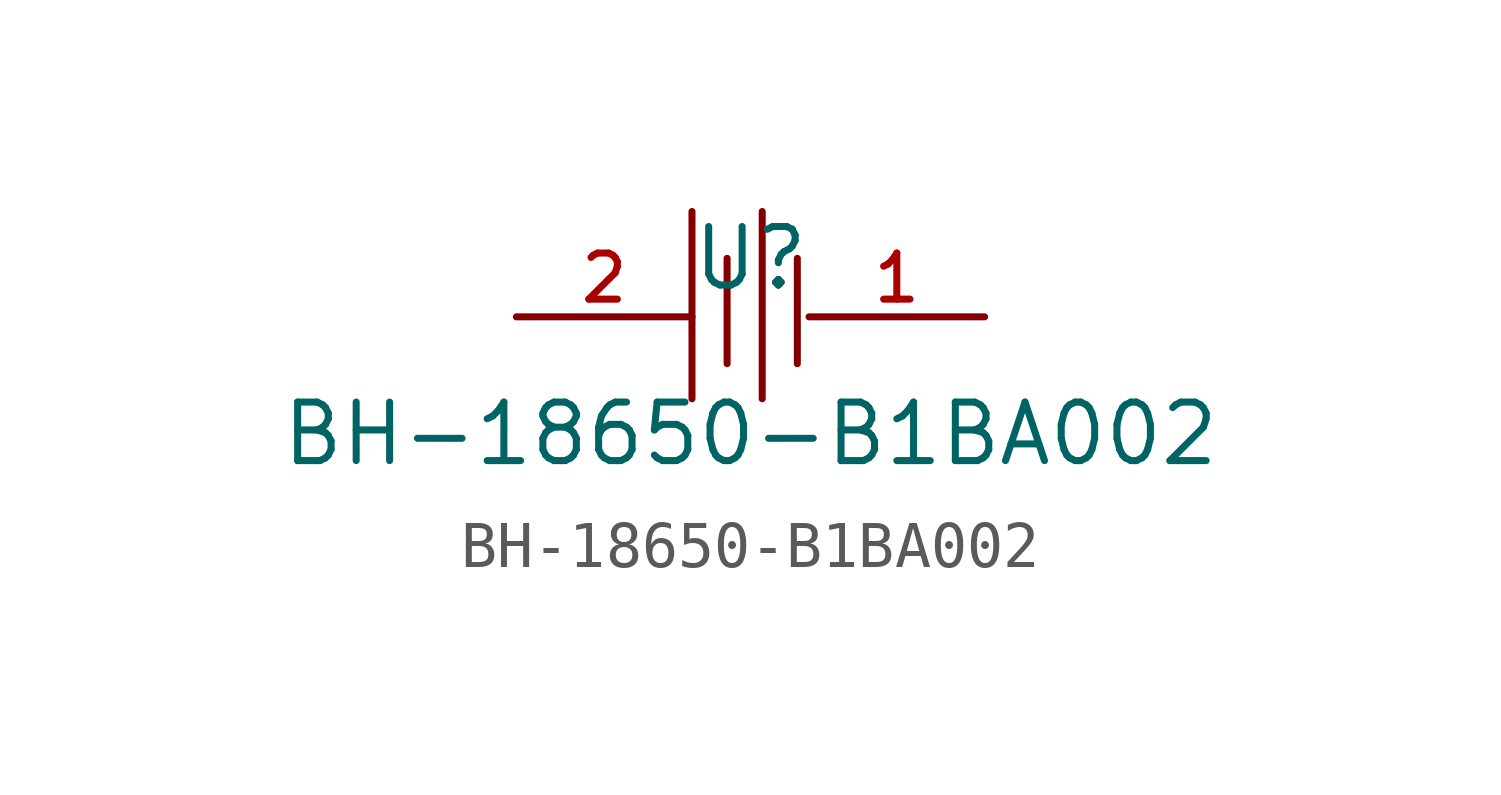
<source format=kicad_sym>
(kicad_symbol_lib
  (version 20210201)
  (generator TousstNicolas/JLC2KiCad_lib)
  (symbol "BH-18650-B1BA002"
    (pin_names hide)
    (property "Reference" "U"
      (at 0 1.27 0)
      (effects (font (size 1.27 1.27))))
    (property "Value" "BH-18650-B1BA002"
      (at 0 -2.54 0)
      (effects (font (size 1.27 1.27))))
    (symbol "BH-18650-B1BA002_0_1"
      (pin input line (at -5.08 -0.0 0) (length 3.81) (name "2" (effects (font (size 1 1)))) (number "2" (effects (font (size 1 1)))))
      (pin input line (at 5.08 -0.0 180) (length 3.81) (name "1" (effects (font (size 1 1)))) (number "1" (effects (font (size 1 1)))))
      (polyline (pts (xy 1.016 1.27) (xy 1.016 -1.016)) (stroke (width 0) (type default) (color 0 0 0 0)) (fill (type none)))
      (polyline (pts (xy 0.254 2.286) (xy 0.254 -1.778)) (stroke (width 0) (type default) (color 0 0 0 0)) (fill (type none)))
      (polyline (pts (xy -0.508 1.27) (xy -0.508 -1.016)) (stroke (width 0) (type default) (color 0 0 0 0)) (fill (type none)))
      (polyline (pts (xy -1.27 2.286) (xy -1.27 -1.778)) (stroke (width 0) (type default) (color 0 0 0 0)) (fill (type none))))))
</source>
